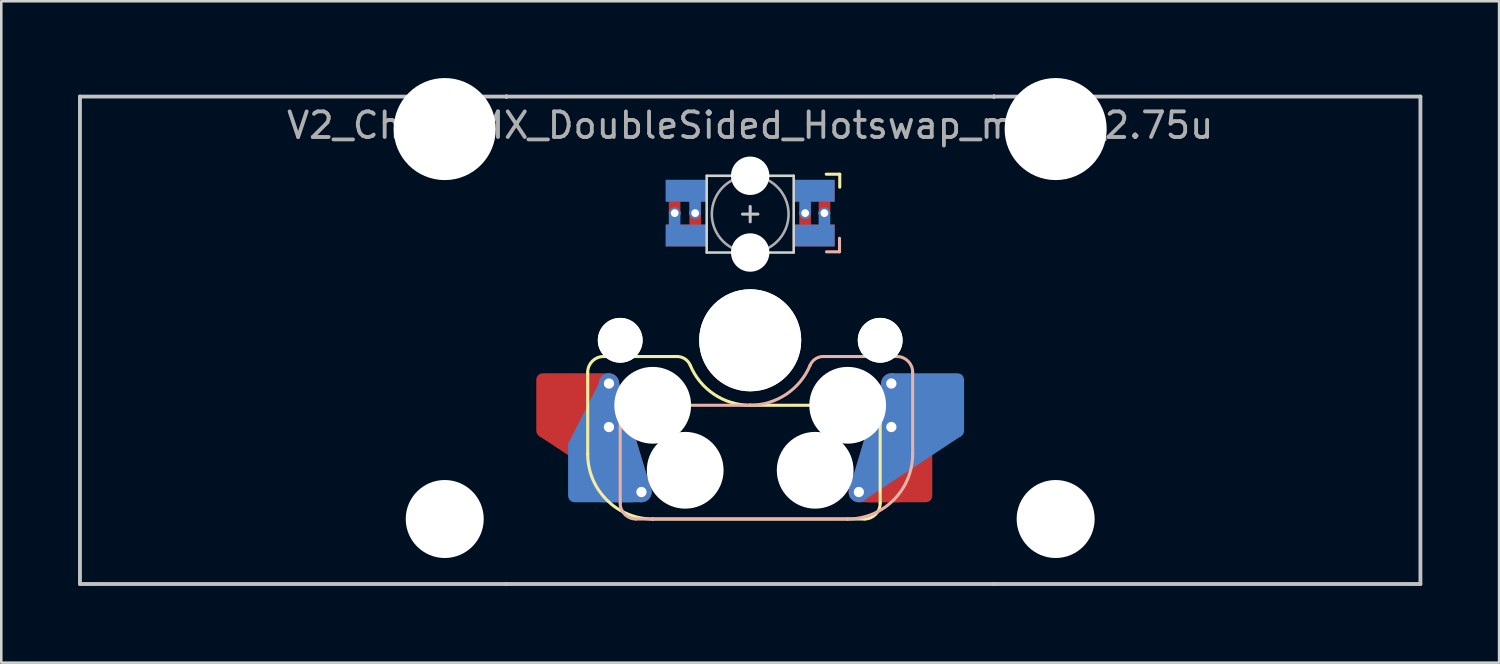
<source format=kicad_pcb>
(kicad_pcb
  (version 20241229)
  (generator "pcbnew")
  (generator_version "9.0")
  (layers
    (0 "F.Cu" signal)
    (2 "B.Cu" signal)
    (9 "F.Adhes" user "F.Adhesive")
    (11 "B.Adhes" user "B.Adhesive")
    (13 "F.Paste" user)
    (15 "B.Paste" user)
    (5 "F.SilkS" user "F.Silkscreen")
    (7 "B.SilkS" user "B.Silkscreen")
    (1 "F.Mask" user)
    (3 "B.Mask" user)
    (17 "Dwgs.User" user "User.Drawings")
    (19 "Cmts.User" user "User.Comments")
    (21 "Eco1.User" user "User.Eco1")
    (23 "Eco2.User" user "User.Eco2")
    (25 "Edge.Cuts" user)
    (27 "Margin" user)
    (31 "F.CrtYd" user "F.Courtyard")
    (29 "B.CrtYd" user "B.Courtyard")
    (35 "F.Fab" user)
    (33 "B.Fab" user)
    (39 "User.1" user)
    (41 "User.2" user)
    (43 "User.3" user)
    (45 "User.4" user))
  (footprint "V2_CherryMX_DoubleSided_Hotswap_miniE_2.75u"
    (layer "F.Cu")
    (at 26.269 10.249)
    (property "Reference" "V2_CherryMX_DoubleSided_Hotswap_miniE_2.75u" (at 0 -8.4 0) (layer "F.Fab") (effects (font (size 1 1) (thickness 0.15))))
    (attr through_hole)
    (fp_poly (pts (xy -5.81 1.29) (xy -5.52 1.29) (xy -5.12 1.69) (xy -3.9 5.74) (xy -4.57 6.17) (xy -8.25 3.74)) (stroke (width 0) (type solid)) (fill yes) (layer "F.Cu"))
    (fp_poly (pts (xy 3.937 6) (xy 4.247 6.33) (xy 5.839 6.33) (xy 7.037 3.9) (xy 5.917 1.69) (xy 5.117 1.69) (xy 3.847 5.93) (xy 3.947 6.01)) (stroke (width 0) (type solid)) (fill yes) (layer "F.Cu"))
    (fp_poly (pts (xy -3.25 -6.22) (xy -1.75 -6.22) (xy -1.75 -5.47) (xy -3.25 -5.47)) (stroke (width 0.1) (type solid)) (fill yes) (layer "F.Mask"))
    (fp_poly (pts (xy -3.25 -4.47) (xy -1.75 -4.47) (xy -1.75 -3.72) (xy -3.25 -3.72)) (stroke (width 0.1) (type solid)) (fill yes) (layer "F.Mask"))
    (fp_poly (pts (xy 1.75 -4.47) (xy 3.25 -4.47) (xy 3.25 -3.72) (xy 1.75 -3.72)) (stroke (width 0.1) (type solid)) (fill yes) (layer "F.Mask"))
    (fp_poly (pts (xy 1.75 -6.22) (xy 2.85 -6.22) (xy 3.25 -5.82) (xy 3.25 -5.47) (xy 1.75 -5.47)) (stroke (width 0.1) (type solid)) (fill yes) (layer "F.Mask"))
    (fp_poly (pts (xy 5.807 1.29) (xy 5.517 1.29) (xy 5.117 1.69) (xy 3.897 5.74) (xy 4.567 6.17) (xy 8.247 3.74)) (stroke (width 0) (type solid)) (fill yes) (layer "B.Cu"))
    (fp_poly (pts (xy -3.94 6) (xy -4.25 6.33) (xy -5.842 6.33) (xy -7.04 3.9) (xy -5.92 1.69) (xy -5.12 1.69) (xy -3.85 5.93) (xy -3.95 6.01)) (stroke (width 0) (type solid)) (fill yes) (layer "B.Cu"))
    (fp_poly (pts (xy -3.25 -6.22) (xy -1.75 -6.22) (xy -1.75 -5.47) (xy -3.25 -5.47)) (stroke (width 0.1) (type solid)) (fill yes) (layer "B.Mask"))
    (fp_poly (pts (xy -3.25 -4.47) (xy -1.75 -4.47) (xy -1.75 -3.72) (xy -3.25 -3.72)) (stroke (width 0.1) (type solid)) (fill yes) (layer "B.Mask"))
    (fp_poly (pts (xy 1.75 -6.22) (xy 3.25 -6.22) (xy 3.25 -5.47) (xy 1.75 -5.47)) (stroke (width 0.1) (type solid)) (fill yes) (layer "B.Mask"))
    (fp_poly (pts (xy 1.75 -4.47) (xy 3.25 -4.47) (xy 3.25 -4.145) (xy 2.85 -3.72) (xy 1.75 -3.72)) (stroke (width 0.1) (type solid)) (fill yes) (layer "B.Mask"))
    (fp_line (start -6.35 4.445) (end -6.35 1.26) (stroke (width 0.12) (type solid)) (layer "F.SilkS"))
    (fp_line (start -6.35 4.445) (end -6.35 4.445) (stroke (width 0.12) (type solid)) (layer "F.SilkS"))
    (fp_line (start -5.73 0.635) (end -2.84 0.635) (stroke (width 0.12) (type solid)) (layer "F.SilkS"))
    (fp_line (start -3.81 6.985) (end -3.81 6.985) (stroke (width 0.12) (type solid)) (layer "F.SilkS"))
    (fp_line (start -3.81 6.985) (end 4.46 6.985) (stroke (width 0.12) (type solid)) (layer "F.SilkS"))
    (fp_line (start 0 2.54) (end 0 2.54) (stroke (width 0.12) (type solid)) (layer "F.SilkS"))
    (fp_line (start 0 2.54) (end 5.08 2.54) (stroke (width 0.12) (type solid)) (layer "F.SilkS"))
    (fp_line (start 3.5 -6.491) (end 2.972 -6.491) (stroke (width 0.12) (type solid)) (layer "F.SilkS"))
    (fp_line (start 3.5 -5.983) (end 3.5 -6.491) (stroke (width 0.12) (type solid)) (layer "F.SilkS"))
    (fp_line (start 5.08 2.54) (end 5.08 2.54) (stroke (width 0.12) (type solid)) (layer "F.SilkS"))
    (fp_line (start 5.08 2.54) (end 5.08 2.54) (stroke (width 0.12) (type solid)) (layer "F.SilkS"))
    (fp_line (start 5.08 6.37) (end 5.08 2.54) (stroke (width 0.12) (type solid)) (layer "F.SilkS"))
    (fp_arc (start -6.35 1.25) (mid -6.169871 0.815129) (end -5.735 0.635) (stroke (width 0.12) (type default)) (layer "F.SilkS"))
    (fp_arc (start -3.81 6.985) (mid -5.606051 6.241051) (end -6.35 4.445) (stroke (width 0.12) (type solid)) (layer "F.SilkS"))
    (fp_arc (start -2.840072 0.635) (mid -2.539136 0.734321) (end -2.34 0.980845) (stroke (width 0.12) (type default)) (layer "F.SilkS"))
    (fp_arc (start 0 2.54) (mid -1.405309 2.1152) (end -2.34 0.983072) (stroke (width 0.12) (type solid)) (layer "F.SilkS"))
    (fp_arc (start 5.080129 6.37) (mid 4.900001 6.804881) (end 4.465129 6.985) (stroke (width 0.12) (type default)) (layer "F.SilkS"))
    (fp_line (start -5.08 2.54) (end -5.08 2.54) (stroke (width 0.12) (type solid)) (layer "B.SilkS"))
    (fp_line (start -5.08 2.54) (end -5.08 2.54) (stroke (width 0.12) (type solid)) (layer "B.SilkS"))
    (fp_line (start -5.08 6.36) (end -5.08 2.54) (stroke (width 0.12) (type solid)) (layer "B.SilkS"))
    (fp_line (start -4.46 6.985) (end 3.81 6.985) (stroke (width 0.12) (type solid)) (layer "B.SilkS"))
    (fp_line (start 0 2.54) (end -5.08 2.54) (stroke (width 0.12) (type solid)) (layer "B.SilkS"))
    (fp_line (start 0 2.54) (end 0 2.54) (stroke (width 0.12) (type solid)) (layer "B.SilkS"))
    (fp_line (start 2.86 0.635) (end 5.72 0.635) (stroke (width 0.12) (type solid)) (layer "B.SilkS"))
    (fp_line (start 2.983 -3.459) (end 3.491 -3.459) (stroke (width 0.12) (type solid)) (layer "B.SilkS"))
    (fp_line (start 3.491 -3.459) (end 3.491 -3.987) (stroke (width 0.12) (type solid)) (layer "B.SilkS"))
    (fp_line (start 3.81 6.985) (end 3.81 6.985) (stroke (width 0.12) (type solid)) (layer "B.SilkS"))
    (fp_line (start 6.35 1.25) (end 6.35 4.445) (stroke (width 0.12) (type solid)) (layer "B.SilkS"))
    (fp_line (start 6.35 4.445) (end 6.35 4.445) (stroke (width 0.12) (type solid)) (layer "B.SilkS"))
    (fp_arc (start -4.465 6.985) (mid -4.899871 6.804871) (end -5.08 6.37) (stroke (width 0.12) (type default)) (layer "B.SilkS"))
    (fp_arc (start 2.34 0.98) (mid 1.405313 2.11213) (end 0 2.536928) (stroke (width 0.12) (type solid)) (layer "B.SilkS"))
    (fp_arc (start 2.34 0.98) (mid 2.547383 0.727891) (end 2.859999 0.633863) (stroke (width 0.12) (type default)) (layer "B.SilkS"))
    (fp_arc (start 5.735129 0.635) (mid 6.169981 0.81514) (end 6.350129 1.25) (stroke (width 0.12) (type default)) (layer "B.SilkS"))
    (fp_arc (start 6.35 4.445) (mid 5.606051 6.241051) (end 3.81 6.985) (stroke (width 0.12) (type solid)) (layer "B.SilkS"))
    (fp_line (start -26.194 -9.525) (end 26.194 -9.525) (stroke (width 0.15) (type solid)) (layer "Dwgs.User"))
    (fp_line (start -26.194 9.525) (end -26.194 -9.525) (stroke (width 0.15) (type solid)) (layer "Dwgs.User"))
    (fp_line (start -9.525 -9.525) (end -9.525 -9.525) (stroke (width 0.15) (type solid)) (layer "Dwgs.User"))
    (fp_line (start -9.525 -9.525) (end -9.525 -9.525) (stroke (width 0.15) (type solid)) (layer "Dwgs.User"))
    (fp_line (start -9.525 -9.525) (end -9.525 -9.525) (stroke (width 0.15) (type solid)) (layer "Dwgs.User"))
    (fp_line (start -9.525 -9.525) (end -9.525 -9.525) (stroke (width 0.15) (type solid)) (layer "Dwgs.User"))
    (fp_line (start -9.525 9.525) (end -9.525 9.525) (stroke (width 0.15) (type solid)) (layer "Dwgs.User"))
    (fp_line (start -9.525 9.525) (end -9.525 9.525) (stroke (width 0.15) (type solid)) (layer "Dwgs.User"))
    (fp_line (start -9.525 9.525) (end -9.525 9.525) (stroke (width 0.15) (type solid)) (layer "Dwgs.User"))
    (fp_line (start -9.525 9.525) (end -9.525 9.525) (stroke (width 0.15) (type solid)) (layer "Dwgs.User"))
    (fp_line (start -0.3 -4.93) (end 0.3 -4.93) (stroke (width 0.12) (type solid)) (layer "Dwgs.User"))
    (fp_line (start 0 -4.63) (end 0 -5.23) (stroke (width 0.12) (type solid)) (layer "Dwgs.User"))
    (fp_line (start 9.525 -9.525) (end 9.525 -9.525) (stroke (width 0.15) (type solid)) (layer "Dwgs.User"))
    (fp_line (start 9.525 -9.525) (end 9.525 -9.525) (stroke (width 0.15) (type solid)) (layer "Dwgs.User"))
    (fp_line (start 9.525 -9.525) (end 9.525 -9.525) (stroke (width 0.15) (type solid)) (layer "Dwgs.User"))
    (fp_line (start 9.525 -9.525) (end 9.525 -9.525) (stroke (width 0.15) (type solid)) (layer "Dwgs.User"))
    (fp_line (start 9.525 9.525) (end 9.525 9.525) (stroke (width 0.15) (type solid)) (layer "Dwgs.User"))
    (fp_line (start 9.525 9.525) (end 9.525 9.525) (stroke (width 0.15) (type solid)) (layer "Dwgs.User"))
    (fp_line (start 9.525 9.525) (end 9.525 9.525) (stroke (width 0.15) (type solid)) (layer "Dwgs.User"))
    (fp_line (start 9.525 9.525) (end 9.525 9.525) (stroke (width 0.15) (type solid)) (layer "Dwgs.User"))
    (fp_line (start 26.194 -9.525) (end 26.194 9.525) (stroke (width 0.15) (type solid)) (layer "Dwgs.User"))
    (fp_line (start 26.194 9.525) (end -26.194 9.525) (stroke (width 0.15) (type solid)) (layer "Dwgs.User"))
    (fp_line (start -1.7 -6.43) (end -1.7 -3.43) (stroke (width 0.1) (type solid)) (layer "Edge.Cuts"))
    (fp_line (start 1.7 -6.43) (end -1.7 -6.43) (stroke (width 0.1) (type solid)) (layer "Edge.Cuts"))
    (fp_line (start 1.7 -3.43) (end -1.7 -3.43) (stroke (width 0.1) (type solid)) (layer "Edge.Cuts"))
    (fp_line (start 1.7 -3.43) (end 1.7 -6.43) (stroke (width 0.1) (type solid)) (layer "Edge.Cuts"))
    (fp_circle (center 0 -4.93) (end 0 -6.43) (stroke (width 0.1) (type solid)) (fill no) (layer "F.Fab"))
    (fp_line (start -9.525 9.525) (end -9.525 -9.525) (stroke (width 0.15) (type solid)) (layer "User.2"))
    (fp_line (start 9.525 -9.525) (end -9.525 -9.525) (stroke (width 0.15) (type solid)) (layer "User.2"))
    (fp_line (start 9.525 9.525) (end -9.525 9.525) (stroke (width 0.15) (type solid)) (layer "User.2"))
    (fp_line (start 9.525 9.525) (end 9.525 -9.525) (stroke (width 0.15) (type solid)) (layer "User.2"))
    (pad "" np_thru_hole circle (at -11.938 -8.255) (size 3.988 3.988) (drill 3.988) (layers "*.Cu" "*.Mask"))
    (pad "" np_thru_hole circle (at -11.938 6.985) (size 3.048 3.048) (drill 3.048) (layers "*.Cu" "*.Mask"))
    (pad "" np_thru_hole circle (at -5.08 0 180) (size 1.75 1.75) (drill 1.75) (layers "*.Cu" "*.Mask"))
    (pad "" np_thru_hole circle (at -5.08 0 180) (size 1.75 1.75) (drill 1.75) (layers "*.Cu" "*.Mask"))
    (pad "" np_thru_hole circle (at -3.81 2.54 180) (size 3 3) (drill 3) (layers "*.Cu" "*.Mask"))
    (pad "" np_thru_hole circle (at -2.54 5.08 180) (size 3 3) (drill 3) (layers "*.Cu" "*.Mask"))
    (pad "" np_thru_hole circle (at 0 -6.43 180) (size 1.5 1.5) (drill 1.5) (layers "*.Cu" "*.Mask"))
    (pad "" np_thru_hole circle (at 0 -3.43 180) (size 1.5 1.5) (drill 1.5) (layers "*.Cu" "*.Mask"))
    (pad "" np_thru_hole circle (at 0 0 180) (size 3.988 3.988) (drill 3.988) (layers "*.Cu" "*.Mask"))
    (pad "" np_thru_hole circle (at 0 0 180) (size 3.988 3.988) (drill 3.988) (layers "*.Cu" "*.Mask"))
    (pad "" np_thru_hole circle (at 2.54 5.08 180) (size 3 3) (drill 3) (layers "*.Cu" "*.Mask"))
    (pad "" np_thru_hole circle (at 3.81 2.54 180) (size 3 3) (drill 3) (layers "*.Cu" "*.Mask"))
    (pad "" np_thru_hole circle (at 5.08 0 180) (size 1.75 1.75) (drill 1.75) (layers "*.Cu" "*.Mask"))
    (pad "" np_thru_hole circle (at 5.08 0 180) (size 1.75 1.75) (drill 1.75) (layers "*.Cu" "*.Mask"))
    (pad "" np_thru_hole circle (at 11.938 -8.255) (size 3.988 3.988) (drill 3.988) (layers "*.Cu" "*.Mask"))
    (pad "" np_thru_hole circle (at 11.938 6.985) (size 3.048 3.048) (drill 3.048) (layers "*.Cu" "*.Mask"))
    (pad "1" smd custom (at -2.5 -5.845) (size 1.6 0.85) (layers "B.Cu") (options (anchor rect)) (primitives (gr_poly (pts (xy 0.525 0.896) (xy 0.169 0.896) (xy 0.169 0.325) (xy 0.525 0.325)) (width 0.1) (fill yes))))
    (pad "1" smd custom (at -2.5 -4.095) (size 1.6 0.85) (layers "F.Cu") (options (anchor rect)) (primitives (gr_poly (pts (xy 0.531 -0.275) (xy 0.175 -0.275) (xy 0.175 -0.898) (xy 0.531 -0.898)) (width 0.1) (fill yes))))
    (pad "1" thru_hole circle (at -2.15 -4.97 180) (size 0.457 0.457) (drill 0.305) (layers "*.Cu"))
    (pad "2" thru_hole circle (at -2.95 -4.97 180) (size 0.457 0.457) (drill 0.305) (layers "*.Cu"))
    (pad "2" smd custom (at -2.5 -5.845 180) (size 1.6 0.85) (layers "F.Cu") (options (anchor rect)) (primitives (gr_poly (pts (xy 0.632 -0.296) (xy 0.277 -0.296) (xy 0.277 -0.869) (xy 0.632 -0.869)) (width 0.1) (fill yes))))
    (pad "2" smd custom (at -2.5 -4.095 180) (size 1.6 0.85) (layers "B.Cu") (options (anchor rect)) (primitives (gr_poly (pts (xy 0.632 0.888) (xy 0.277 0.888) (xy 0.277 0.325) (xy 0.632 0.325)) (width 0.1) (fill yes))))
    (pad "3" smd custom (at 2.5 -5.845 180) (size 1.6 0.85) (layers "F.Cu") (options (anchor rect)) (primitives (gr_poly (pts (xy -0.226 -0.354) (xy -0.582 -0.354) (xy -0.582 -0.887) (xy -0.226 -0.887)) (width 0.1) (fill yes))))
    (pad "3" smd custom (at 2.5 -4.095 180) (size 1.6 0.85) (layers "B.Cu") (options (anchor rect)) (primitives (gr_poly (pts (xy -0.222 0.888) (xy -0.578 0.888) (xy -0.582 0.325) (xy -0.226 0.325)) (width 0.1) (fill yes))))
    (pad "3" thru_hole circle (at 2.9 -4.97 180) (size 0.457 0.457) (drill 0.305) (layers "*.Cu"))
    (pad "4" thru_hole circle (at 2.15 -4.97 180) (size 0.457 0.457) (drill 0.305) (layers "*.Cu"))
    (pad "4" smd custom (at 2.5 -5.845) (size 1.6 0.85) (layers "B.Cu") (options (anchor rect)) (primitives (gr_poly (pts (xy -0.175 0.886) (xy -0.531 0.886) (xy -0.531 0.175) (xy -0.175 0.175)) (width 0.1) (fill yes))))
    (pad "4" smd custom (at 2.5 -4.095) (size 1.6 0.85) (layers "F.Cu") (options (anchor rect)) (primitives (gr_poly (pts (xy -0.175 -0.175) (xy -0.531 -0.178) (xy -0.531 -0.903) (xy -0.175 -0.906)) (width 0.1) (fill yes))))
    (pad "5" thru_hole circle (at 4.247 5.93 180) (size 0.8 0.8) (drill 0.4) (layers "*.Cu"))
    (pad "5" thru_hole circle (at 5.517 1.69 180) (size 0.8 0.8) (drill 0.4) (layers "*.Cu"))
    (pad "5" thru_hole circle (at 5.517 3.39 180) (size 0.8 0.8) (drill 0.4) (layers "*.Cu"))
    (pad "5" smd roundrect (at 5.842 5.08 180) (size 2.55 2.5) (layers "F.Cu" "F.Mask" "F.Paste") (roundrect_rratio 0.1) (chamfer_ratio 0) (chamfer top_right bottom_right))
    (pad "5" smd roundrect (at 7.085 2.54 180) (size 2.55 2.5) (layers "B.Cu" "B.Mask" "B.Paste") (roundrect_rratio 0.1) (chamfer_ratio 0) (chamfer top_right bottom_right))
    (pad "6" smd roundrect (at -7.085 2.54 180) (size 2.55 2.5) (layers "F.Cu" "F.Mask" "F.Paste") (roundrect_rratio 0.1) (chamfer_ratio 0) (chamfer top_left bottom_left))
    (pad "6" smd roundrect (at -5.842 5.08 180) (size 2.55 2.5) (layers "B.Cu" "B.Mask" "B.Paste") (roundrect_rratio 0.1) (chamfer_ratio 0) (chamfer top_left bottom_left))
    (pad "6" thru_hole circle (at -5.52 1.69 180) (size 0.8 0.8) (drill 0.4) (layers "*.Cu"))
    (pad "6" thru_hole circle (at -5.52 3.39 180) (size 0.8 0.8) (drill 0.4) (layers "*.Cu"))
    (pad "6" thru_hole circle (at -4.25 5.93 180) (size 0.8 0.8) (drill 0.4) (layers "*.Cu")))
  (gr_rect
    (start -3 -3)
    (end 55.538 22.849)
    (stroke (width 0.1) (type default))
    (fill no)
    (layer "Edge.Cuts")))
</source>
